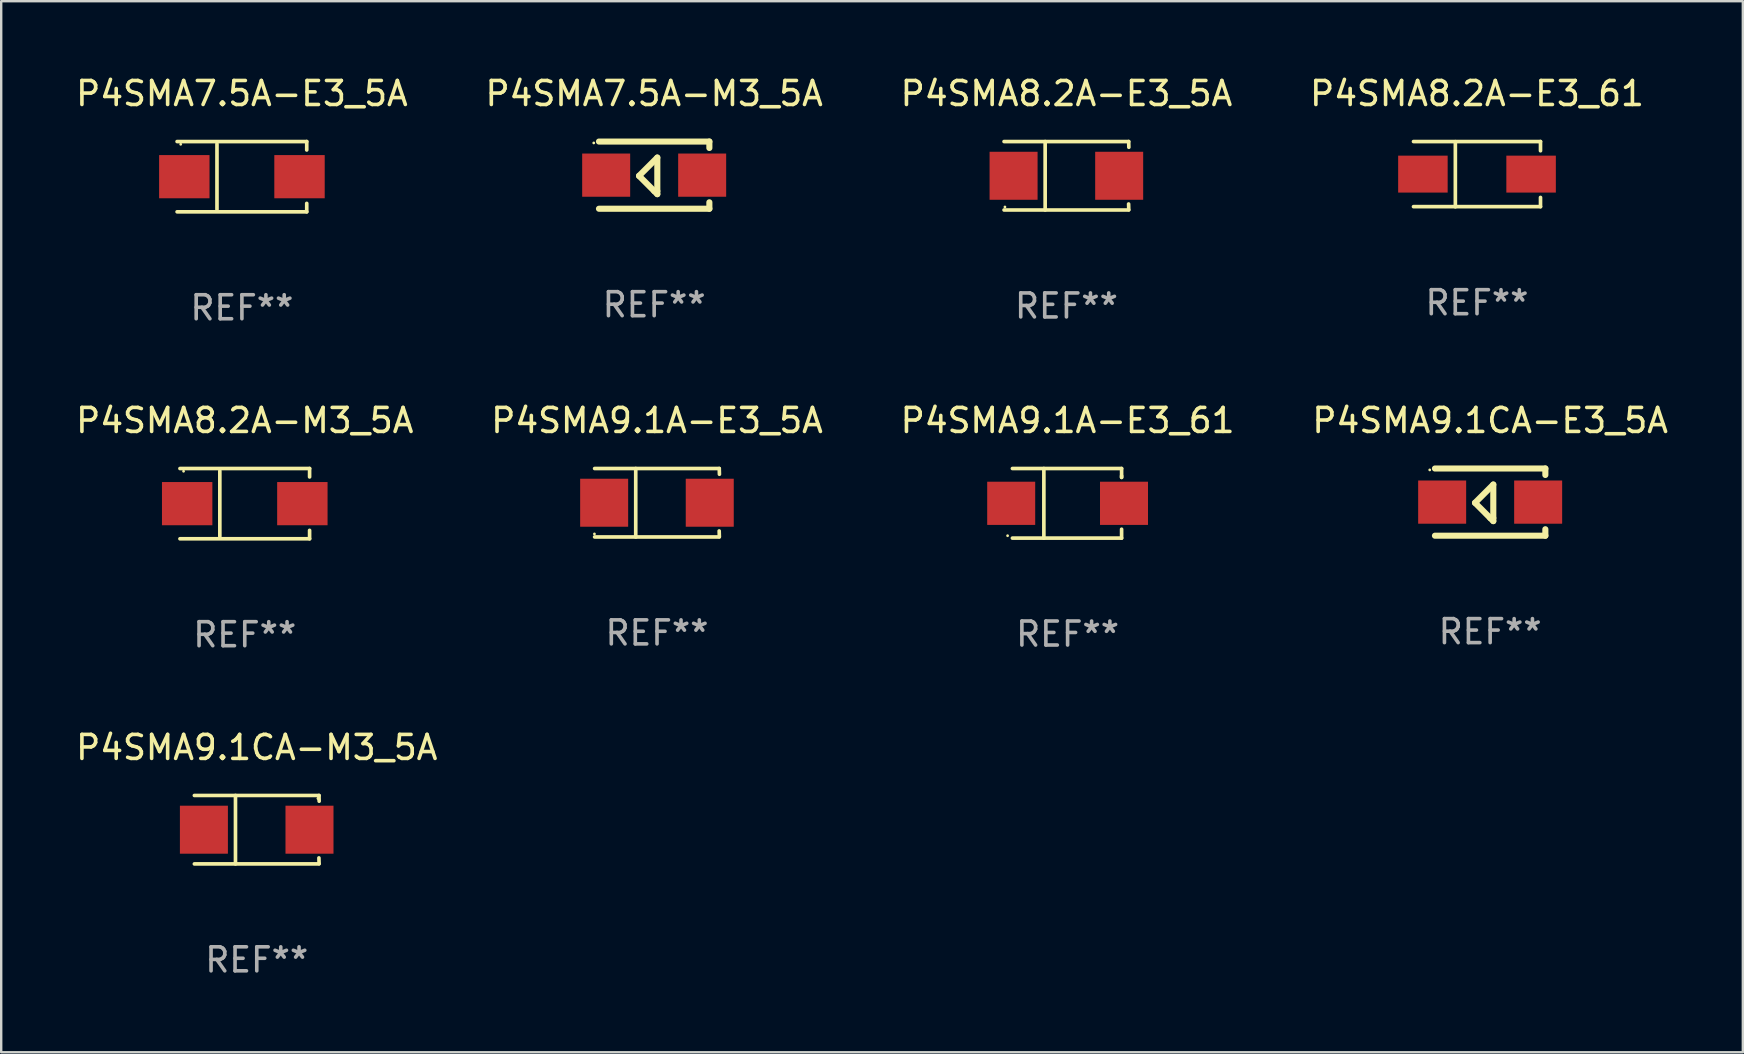
<source format=kicad_pcb>
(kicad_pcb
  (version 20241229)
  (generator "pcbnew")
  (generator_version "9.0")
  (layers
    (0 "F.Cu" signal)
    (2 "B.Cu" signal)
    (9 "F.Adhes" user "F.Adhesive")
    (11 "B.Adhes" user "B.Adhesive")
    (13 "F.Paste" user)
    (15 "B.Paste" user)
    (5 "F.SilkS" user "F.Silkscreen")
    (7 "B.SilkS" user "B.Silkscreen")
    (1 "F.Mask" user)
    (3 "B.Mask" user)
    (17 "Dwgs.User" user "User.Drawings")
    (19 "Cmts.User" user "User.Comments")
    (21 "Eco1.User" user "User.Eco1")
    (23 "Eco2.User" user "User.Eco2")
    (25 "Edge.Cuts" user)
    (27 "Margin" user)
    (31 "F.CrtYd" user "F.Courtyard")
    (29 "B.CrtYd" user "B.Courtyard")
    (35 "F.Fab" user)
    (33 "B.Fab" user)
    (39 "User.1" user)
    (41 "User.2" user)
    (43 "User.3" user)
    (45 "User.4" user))
  (footprint "P4SMA9.1A-E3_5A"
    (layer "F.Cu")
    (at 24.327 17.898)
    (property "Reference" "P4SMA9.1A-E3_5A" (at 0 -3.426 0) (layer "F.SilkS") (effects (font (size 1 1) (thickness 0.15))))
    (attr through_hole)
    (fp_line (start -2.6 -1.426) (end 2.593 -1.426) (stroke (width 0.152) (type solid)) (layer "F.SilkS"))
    (fp_line (start -2.6 1.426) (end 2.593 1.426) (stroke (width 0.152) (type solid)) (layer "F.SilkS"))
    (fp_line (start -0.887 -1.426) (end -0.887 1.426) (stroke (width 0.152) (type solid)) (layer "F.SilkS"))
    (fp_line (start 2.59 1.176) (end 2.597 1.415) (stroke (width 0.152) (type solid)) (layer "F.SilkS"))
    (fp_line (start 2.593 -1.426) (end 2.6 -1.187) (stroke (width 0.152) (type solid)) (layer "F.SilkS"))
    (fp_circle (center -2.608 1.3) (end -2.578 1.3) (stroke (width 0.06) (type solid)) (fill no) (layer "F.SilkS"))
    (fp_text user "REF**" (at 0 5.426 0) (layer "F.Fab") (effects (font (size 1 1) (thickness 0.15))))
    (pad "1" smd rect (at -2.203 0 180) (size 2 2) (layers "F.Cu" "F.Mask" "F.Paste"))
    (pad "2" smd rect (at 2.197 0 180) (size 2 2) (layers "F.Cu" "F.Mask" "F.Paste")))
  (footprint "P4SMA9.1A-E3_61"
    (layer "F.Cu")
    (at 41.435 17.922)
    (property "Reference" "P4SMA9.1A-E3_61" (at 0 -3.45 0) (layer "F.SilkS") (effects (font (size 1 1) (thickness 0.15))))
    (attr through_hole)
    (fp_line (start -2.3 -1.45) (end 2.25 -1.45) (stroke (width 0.152) (type solid)) (layer "F.SilkS"))
    (fp_line (start -0.989 -1.45) (end -0.989 1.45) (stroke (width 0.152) (type solid)) (layer "F.SilkS"))
    (fp_line (start 2.25 -1.45) (end 2.25 -1.08) (stroke (width 0.152) (type solid)) (layer "F.SilkS"))
    (fp_line (start 2.25 -1.08) (end 2.25 -1.142) (stroke (width 0.152) (type solid)) (layer "F.SilkS"))
    (fp_line (start 2.25 1.45) (end -2.3 1.45) (stroke (width 0.152) (type solid)) (layer "F.SilkS"))
    (fp_line (start 2.25 1.45) (end 2.25 1.08) (stroke (width 0.152) (type solid)) (layer "F.SilkS"))
    (fp_circle (center -2.5 1.35) (end -2.47 1.35) (stroke (width 0.06) (type solid)) (fill no) (layer "F.SilkS"))
    (fp_text user "REF**" (at 0 5.45 0) (layer "F.Fab") (effects (font (size 1 1) (thickness 0.15))))
    (pad "1" smd rect (at -2.35 0.000025) (size 2 1.8) (layers "F.Cu" "F.Mask" "F.Paste"))
    (pad "2" smd rect (at 2.35 0.000025) (size 2 1.8) (layers "F.Cu" "F.Mask" "F.Paste")))
  (footprint "P4SMA7.5A-M3_5A"
    (layer "F.Cu")
    (at 24.208 4.248)
    (property "Reference" "P4SMA7.5A-M3_5A" (at 0 -3.4 0) (layer "F.SilkS") (effects (font (size 1 1) (thickness 0.15))))
    (attr through_hole)
    (fp_line (start -2.3 -1.4) (end 2.3 -1.4) (stroke (width 0.254) (type solid)) (layer "F.SilkS"))
    (fp_line (start -2.3 1.4) (end 2.3 1.4) (stroke (width 0.254) (type solid)) (layer "F.SilkS"))
    (fp_line (start -0.631 0.03) (end 0.131 -0.732) (stroke (width 0.254) (type solid)) (layer "F.SilkS"))
    (fp_line (start 0.004 0.665) (end -0.631 0.03) (stroke (width 0.254) (type solid)) (layer "F.SilkS"))
    (fp_line (start 0.131 -0.732) (end 0.131 0.665) (stroke (width 0.254) (type solid)) (layer "F.SilkS"))
    (fp_line (start 0.131 0.665) (end 0.131 0.792) (stroke (width 0.254) (type solid)) (layer "F.SilkS"))
    (fp_line (start 0.131 0.792) (end 0.004 0.665) (stroke (width 0.254) (type solid)) (layer "F.SilkS"))
    (fp_line (start 2.3 -1.4) (end 2.3 -1.131) (stroke (width 0.254) (type solid)) (layer "F.SilkS"))
    (fp_line (start 2.3 1.131) (end 2.3 1.4) (stroke (width 0.254) (type solid)) (layer "F.SilkS"))
    (fp_circle (center -2.517 -1.342) (end -2.487 -1.342) (stroke (width 0.06) (type solid)) (fill no) (layer "F.SilkS"))
    (fp_text user "REF**" (at 0 5.4 0) (layer "F.Fab") (effects (font (size 1 1) (thickness 0.15))))
    (pad "1" smd rect (at -2 -0.000127) (size 2 1.8) (layers "F.Cu" "F.Mask" "F.Paste"))
    (pad "2" smd rect (at 2 -0.000127) (size 2 1.8) (layers "F.Cu" "F.Mask" "F.Paste")))
  (footprint "P4SMA8.2A-E3_61"
    (layer "F.Cu")
    (at 58.494 4.207)
    (property "Reference" "P4SMA8.2A-E3_61" (at 0 -3.359 0) (layer "F.SilkS") (effects (font (size 1 1) (thickness 0.15))))
    (attr through_hole)
    (fp_line (start -2.646 -1.359) (end 2.646 -1.359) (stroke (width 0.152) (type solid)) (layer "F.SilkS"))
    (fp_line (start -2.646 1.354) (end 2.646 1.354) (stroke (width 0.152) (type solid)) (layer "F.SilkS"))
    (fp_line (start -0.902 -1.354) (end -0.902 1.359) (stroke (width 0.152) (type solid)) (layer "F.SilkS"))
    (fp_line (start 2.646 -1.359) (end 2.646 -0.975) (stroke (width 0.152) (type solid)) (layer "F.SilkS"))
    (fp_line (start 2.646 1.354) (end 2.646 0.97) (stroke (width 0.152) (type solid)) (layer "F.SilkS"))
    (fp_circle (center 2.55 -1.352) (end 2.58 -1.352) (stroke (width 0.06) (type solid)) (fill no) (layer "F.SilkS"))
    (fp_text user "REF**" (at 0 5.359 0) (layer "F.Fab") (effects (font (size 1 1) (thickness 0.15))))
    (pad "1" smd rect (at 2.254 -0.002) (size 2.063 1.539) (layers "F.Cu" "F.Mask" "F.Paste"))
    (pad "2" smd rect (at -2.254 -0.002) (size 2.063 1.539) (layers "F.Cu" "F.Mask" "F.Paste")))
  (footprint "P4SMA9.1CA-M3_5A"
    (layer "F.Cu")
    (at 7.649 31.522)
    (property "Reference" "P4SMA9.1CA-M3_5A" (at 0 -3.426 0) (layer "F.SilkS") (effects (font (size 1 1) (thickness 0.15))))
    (attr through_hole)
    (fp_line (start -2.6 -1.426) (end 2.593 -1.426) (stroke (width 0.152) (type solid)) (layer "F.SilkS"))
    (fp_line (start -2.6 1.426) (end 2.593 1.426) (stroke (width 0.152) (type solid)) (layer "F.SilkS"))
    (fp_line (start -0.887 -1.426) (end -0.887 1.426) (stroke (width 0.152) (type solid)) (layer "F.SilkS"))
    (fp_line (start 2.59 1.176) (end 2.597 1.415) (stroke (width 0.152) (type solid)) (layer "F.SilkS"))
    (fp_line (start 2.593 -1.426) (end 2.6 -1.187) (stroke (width 0.152) (type solid)) (layer "F.SilkS"))
    (fp_circle (center 2.547 -1.3) (end 2.577 -1.3) (stroke (width 0.06) (type solid)) (fill no) (layer "F.SilkS"))
    (fp_text user "REF**" (at 0 5.426 0) (layer "F.Fab") (effects (font (size 1 1) (thickness 0.15))))
    (pad "1" smd rect (at 2.197 -0.000025 180) (size 2 2) (layers "F.Cu" "F.Mask" "F.Paste"))
    (pad "2" smd rect (at -2.203 -0.000025 180) (size 2 2) (layers "F.Cu" "F.Mask" "F.Paste")))
  (footprint "P4SMA9.1CA-E3_5A"
    (layer "F.Cu")
    (at 59.042 17.872)
    (property "Reference" "P4SMA9.1CA-E3_5A" (at 0 -3.4 0) (layer "F.SilkS") (effects (font (size 1 1) (thickness 0.15))))
    (attr through_hole)
    (fp_line (start -2.3 -1.4) (end 2.3 -1.4) (stroke (width 0.254) (type solid)) (layer "F.SilkS"))
    (fp_line (start -2.3 1.4) (end 2.3 1.4) (stroke (width 0.254) (type solid)) (layer "F.SilkS"))
    (fp_line (start -0.631 0.03) (end 0.131 -0.732) (stroke (width 0.254) (type solid)) (layer "F.SilkS"))
    (fp_line (start 0.004 0.665) (end -0.631 0.03) (stroke (width 0.254) (type solid)) (layer "F.SilkS"))
    (fp_line (start 0.131 -0.732) (end 0.131 0.665) (stroke (width 0.254) (type solid)) (layer "F.SilkS"))
    (fp_line (start 0.131 0.665) (end 0.131 0.792) (stroke (width 0.254) (type solid)) (layer "F.SilkS"))
    (fp_line (start 0.131 0.792) (end 0.004 0.665) (stroke (width 0.254) (type solid)) (layer "F.SilkS"))
    (fp_line (start 2.3 -1.4) (end 2.3 -1.131) (stroke (width 0.254) (type solid)) (layer "F.SilkS"))
    (fp_line (start 2.3 1.131) (end 2.3 1.4) (stroke (width 0.254) (type solid)) (layer "F.SilkS"))
    (fp_circle (center -2.517 -1.342) (end -2.487 -1.342) (stroke (width 0.06) (type solid)) (fill no) (layer "F.SilkS"))
    (fp_text user "REF**" (at 0 5.4 0) (layer "F.Fab") (effects (font (size 1 1) (thickness 0.15))))
    (pad "1" smd rect (at -2 -0.000127) (size 2 1.8) (layers "F.Cu" "F.Mask" "F.Paste"))
    (pad "2" smd rect (at 2 -0.000127) (size 2 1.8) (layers "F.Cu" "F.Mask" "F.Paste")))
  (footprint "P4SMA8.2A-M3_5A"
    (layer "F.Cu")
    (at 7.149 17.936)
    (property "Reference" "P4SMA8.2A-M3_5A" (at 0 -3.464 0) (layer "F.SilkS") (effects (font (size 1 1) (thickness 0.15))))
    (attr through_hole)
    (fp_line (start -2.701 -1.464) (end 2.701 -1.464) (stroke (width 0.152) (type solid)) (layer "F.SilkS"))
    (fp_line (start -2.701 1.464) (end 2.701 1.464) (stroke (width 0.152) (type solid)) (layer "F.SilkS"))
    (fp_line (start -1.039 -1.364) (end -1.039 1.364) (stroke (width 0.152) (type solid)) (layer "F.SilkS"))
    (fp_line (start 2.701 -1.464) (end 2.701 -1.113) (stroke (width 0.152) (type solid)) (layer "F.SilkS"))
    (fp_line (start 2.701 1.464) (end 2.701 1.113) (stroke (width 0.152) (type solid)) (layer "F.SilkS"))
    (fp_circle (center -2.55 -1.35) (end -2.52 -1.35) (stroke (width 0.06) (type solid)) (fill no) (layer "F.SilkS"))
    (fp_text user "REF**" (at 0 5.464 0) (layer "F.Fab") (effects (font (size 1 1) (thickness 0.15))))
    (pad "1" smd rect (at -2.4 0) (size 2.1 1.8) (layers "F.Cu" "F.Mask" "F.Paste"))
    (pad "2" smd rect (at 2.4 0) (size 2.1 1.8) (layers "F.Cu" "F.Mask" "F.Paste")))
  (footprint "P4SMA7.5A-E3_5A"
    (layer "F.Cu")
    (at 7.03 4.312)
    (property "Reference" "P4SMA7.5A-E3_5A" (at 0 -3.464 0) (layer "F.SilkS") (effects (font (size 1 1) (thickness 0.15))))
    (attr through_hole)
    (fp_line (start -2.701 -1.464) (end 2.701 -1.464) (stroke (width 0.152) (type solid)) (layer "F.SilkS"))
    (fp_line (start -2.701 1.464) (end 2.701 1.464) (stroke (width 0.152) (type solid)) (layer "F.SilkS"))
    (fp_line (start -1.039 -1.364) (end -1.039 1.364) (stroke (width 0.152) (type solid)) (layer "F.SilkS"))
    (fp_line (start 2.701 -1.464) (end 2.701 -1.113) (stroke (width 0.152) (type solid)) (layer "F.SilkS"))
    (fp_line (start 2.701 1.464) (end 2.701 1.113) (stroke (width 0.152) (type solid)) (layer "F.SilkS"))
    (fp_circle (center -2.55 -1.35) (end -2.52 -1.35) (stroke (width 0.06) (type solid)) (fill no) (layer "F.SilkS"))
    (fp_text user "REF**" (at 0 5.464 0) (layer "F.Fab") (effects (font (size 1 1) (thickness 0.15))))
    (pad "1" smd rect (at -2.4 0) (size 2.1 1.8) (layers "F.Cu" "F.Mask" "F.Paste"))
    (pad "2" smd rect (at 2.4 0) (size 2.1 1.8) (layers "F.Cu" "F.Mask" "F.Paste")))
  (footprint "P4SMA8.2A-E3_5A"
    (layer "F.Cu")
    (at 41.387 4.274)
    (property "Reference" "P4SMA8.2A-E3_5A" (at 0 -3.426 0) (layer "F.SilkS") (effects (font (size 1 1) (thickness 0.15))))
    (attr through_hole)
    (fp_line (start -2.6 -1.426) (end 2.593 -1.426) (stroke (width 0.152) (type solid)) (layer "F.SilkS"))
    (fp_line (start -2.6 1.426) (end 2.593 1.426) (stroke (width 0.152) (type solid)) (layer "F.SilkS"))
    (fp_line (start -0.887 -1.426) (end -0.887 1.426) (stroke (width 0.152) (type solid)) (layer "F.SilkS"))
    (fp_line (start 2.59 1.176) (end 2.597 1.415) (stroke (width 0.152) (type solid)) (layer "F.SilkS"))
    (fp_line (start 2.593 -1.426) (end 2.6 -1.187) (stroke (width 0.152) (type solid)) (layer "F.SilkS"))
    (fp_circle (center -2.563 1.3) (end -2.533 1.3) (stroke (width 0.06) (type solid)) (fill no) (layer "F.SilkS"))
    (fp_text user "REF**" (at 0 5.426 0) (layer "F.Fab") (effects (font (size 1 1) (thickness 0.15))))
    (pad "1" smd rect (at -2.203 -0.000025 180) (size 2 2) (layers "F.Cu" "F.Mask" "F.Paste"))
    (pad "2" smd rect (at 2.197 -0.000025 180) (size 2 2) (layers "F.Cu" "F.Mask" "F.Paste")))
  (gr_rect
    (start -3 -3)
    (end 69.571 40.797)
    (stroke (width 0.1) (type default))
    (fill no)
    (layer "Edge.Cuts")))
</source>
